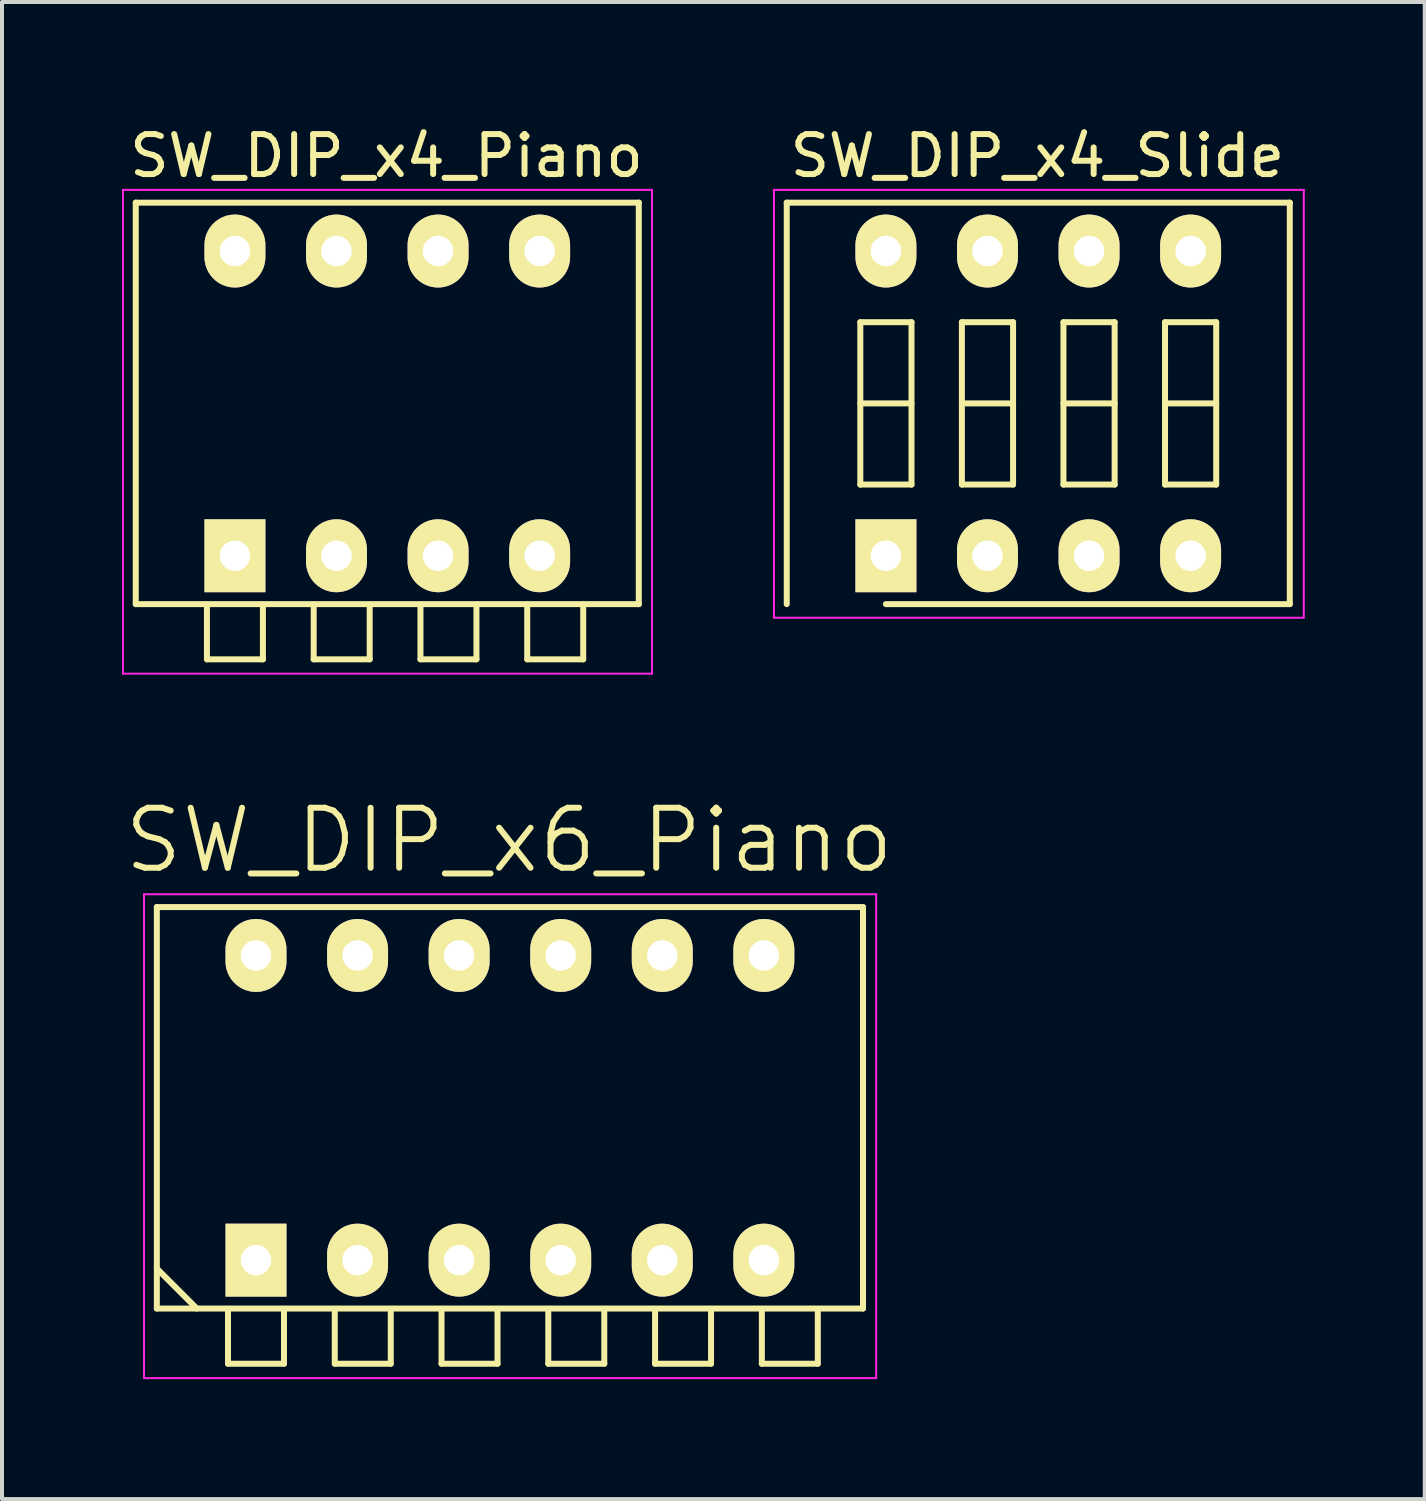
<source format=kicad_pcb>
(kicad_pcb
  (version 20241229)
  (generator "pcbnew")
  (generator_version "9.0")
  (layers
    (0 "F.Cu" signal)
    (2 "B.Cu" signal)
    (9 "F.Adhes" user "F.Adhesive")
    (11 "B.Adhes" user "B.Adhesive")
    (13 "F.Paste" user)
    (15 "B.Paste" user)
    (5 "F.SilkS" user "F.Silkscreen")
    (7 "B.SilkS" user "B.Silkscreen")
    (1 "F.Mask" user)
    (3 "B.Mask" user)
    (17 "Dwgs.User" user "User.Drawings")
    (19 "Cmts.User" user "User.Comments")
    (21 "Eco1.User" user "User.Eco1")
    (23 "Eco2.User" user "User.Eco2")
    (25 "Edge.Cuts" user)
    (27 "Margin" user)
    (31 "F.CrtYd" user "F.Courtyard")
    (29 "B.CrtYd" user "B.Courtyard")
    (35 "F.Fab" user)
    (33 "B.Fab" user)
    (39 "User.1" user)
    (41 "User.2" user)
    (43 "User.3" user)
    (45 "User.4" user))
  (footprint "SW_DIP_x6_Piano"
    (layer "F.Cu")
    (at 3.352 28.464)
    (property "Reference" "SW_DIP_x6_Piano" (at 6.33 -10.5 0) (layer "F.SilkS") (effects (font (size 1.5 1.5) (thickness 0.15))))
    (attr through_hole)
    (fp_line (start -2.48 -8.83) (end 15.18 -8.83) (stroke (width 0.15) (type solid)) (layer "F.SilkS"))
    (fp_line (start -2.48 0.21) (end -1.48 1.21) (stroke (width 0.15) (type solid)) (layer "F.SilkS"))
    (fp_line (start -2.48 1.21) (end -2.48 -8.83) (stroke (width 0.15) (type solid)) (layer "F.SilkS"))
    (fp_line (start -0.7 1.22) (end -0.7 2.59) (stroke (width 0.15) (type solid)) (layer "F.SilkS"))
    (fp_line (start -0.7 2.59) (end 0.7 2.59) (stroke (width 0.15) (type solid)) (layer "F.SilkS"))
    (fp_line (start 0.7 2.59) (end 0.7 1.22) (stroke (width 0.15) (type solid)) (layer "F.SilkS"))
    (fp_line (start 1.97 1.22) (end 1.97 2.59) (stroke (width 0.15) (type solid)) (layer "F.SilkS"))
    (fp_line (start 1.97 2.59) (end 3.37 2.59) (stroke (width 0.15) (type solid)) (layer "F.SilkS"))
    (fp_line (start 3.37 2.59) (end 3.37 1.22) (stroke (width 0.15) (type solid)) (layer "F.SilkS"))
    (fp_line (start 4.64 1.22) (end 4.64 2.59) (stroke (width 0.15) (type solid)) (layer "F.SilkS"))
    (fp_line (start 4.64 2.59) (end 6.04 2.59) (stroke (width 0.15) (type solid)) (layer "F.SilkS"))
    (fp_line (start 6.04 2.59) (end 6.04 1.22) (stroke (width 0.15) (type solid)) (layer "F.SilkS"))
    (fp_line (start 7.31 1.22) (end 7.31 2.59) (stroke (width 0.15) (type solid)) (layer "F.SilkS"))
    (fp_line (start 7.31 2.59) (end 8.71 2.59) (stroke (width 0.15) (type solid)) (layer "F.SilkS"))
    (fp_line (start 8.71 2.59) (end 8.71 1.22) (stroke (width 0.15) (type solid)) (layer "F.SilkS"))
    (fp_line (start 9.98 1.22) (end 9.98 2.59) (stroke (width 0.15) (type solid)) (layer "F.SilkS"))
    (fp_line (start 9.98 2.59) (end 11.38 2.59) (stroke (width 0.15) (type solid)) (layer "F.SilkS"))
    (fp_line (start 11.38 2.59) (end 11.38 1.22) (stroke (width 0.15) (type solid)) (layer "F.SilkS"))
    (fp_line (start 12.65 1.22) (end 12.65 2.59) (stroke (width 0.15) (type solid)) (layer "F.SilkS"))
    (fp_line (start 12.65 2.59) (end 14.05 2.59) (stroke (width 0.15) (type solid)) (layer "F.SilkS"))
    (fp_line (start 14.05 2.59) (end 14.05 1.22) (stroke (width 0.15) (type solid)) (layer "F.SilkS"))
    (fp_line (start 15.18 -8.83) (end 15.18 1.21) (stroke (width 0.15) (type solid)) (layer "F.SilkS"))
    (fp_line (start 15.18 1.21) (end -2.48 1.21) (stroke (width 0.15) (type solid)) (layer "F.SilkS"))
    (fp_line (start -2.8 -9.15) (end -2.8 2.95) (stroke (width 0.05) (type solid)) (layer "F.CrtYd"))
    (fp_line (start -2.8 2.95) (end 15.51 2.95) (stroke (width 0.05) (type solid)) (layer "F.CrtYd"))
    (fp_line (start 15.51 -9.15) (end -2.8 -9.15) (stroke (width 0.05) (type solid)) (layer "F.CrtYd"))
    (fp_line (start 15.51 2.95) (end 15.51 -9.15) (stroke (width 0.05) (type solid)) (layer "F.CrtYd"))
    (pad "1" thru_hole rect (at 0 0) (size 1.524 1.824) (drill 0.762) (layers "*.Cu" "*.Mask" "F.SilkS"))
    (pad "2" thru_hole oval (at 2.54 0) (size 1.524 1.824) (drill 0.762) (layers "*.Cu" "*.Mask" "F.SilkS"))
    (pad "3" thru_hole oval (at 5.08 0) (size 1.524 1.824) (drill 0.762) (layers "*.Cu" "*.Mask" "F.SilkS"))
    (pad "4" thru_hole oval (at 7.62 0) (size 1.524 1.824) (drill 0.762) (layers "*.Cu" "*.Mask" "F.SilkS"))
    (pad "5" thru_hole oval (at 10.16 0) (size 1.524 1.824) (drill 0.762) (layers "*.Cu" "*.Mask" "F.SilkS"))
    (pad "6" thru_hole oval (at 12.7 0) (size 1.524 1.824) (drill 0.762) (layers "*.Cu" "*.Mask" "F.SilkS"))
    (pad "7" thru_hole oval (at 12.7 -7.62) (size 1.524 1.824) (drill 0.762) (layers "*.Cu" "*.Mask" "F.SilkS"))
    (pad "8" thru_hole oval (at 10.16 -7.62) (size 1.524 1.824) (drill 0.762) (layers "*.Cu" "*.Mask" "F.SilkS"))
    (pad "9" thru_hole oval (at 7.62 -7.62) (size 1.524 1.824) (drill 0.762) (layers "*.Cu" "*.Mask" "F.SilkS"))
    (pad "10" thru_hole oval (at 5.08 -7.62) (size 1.524 1.824) (drill 0.762) (layers "*.Cu" "*.Mask" "F.SilkS"))
    (pad "11" thru_hole oval (at 2.54 -7.62) (size 1.524 1.824) (drill 0.762) (layers "*.Cu" "*.Mask" "F.SilkS"))
    (pad "12" thru_hole oval (at 0 -7.62) (size 1.524 1.824) (drill 0.762) (layers "*.Cu" "*.Mask" "F.SilkS")))
  (footprint "SW_DIP_x4_Slide"
    (layer "F.Cu")
    (at 19.105 10.848)
    (property "Reference" "SW_DIP_x4_Slide" (at 3.79 -10 0) (layer "F.SilkS") (effects (font (size 1 1) (thickness 0.15))))
    (attr through_hole)
    (fp_line (start -2.48 -8.83) (end 10.1 -8.83) (stroke (width 0.15) (type solid)) (layer "F.SilkS"))
    (fp_line (start -2.48 1.21) (end -2.48 -8.83) (stroke (width 0.15) (type solid)) (layer "F.SilkS"))
    (fp_line (start -0.64 -5.84) (end -0.64 -1.78) (stroke (width 0.15) (type solid)) (layer "F.SilkS"))
    (fp_line (start -0.64 -3.81) (end 0.64 -3.81) (stroke (width 0.15) (type solid)) (layer "F.SilkS"))
    (fp_line (start -0.64 -1.78) (end 0.64 -1.78) (stroke (width 0.15) (type solid)) (layer "F.SilkS"))
    (fp_line (start 0.64 -5.84) (end -0.64 -5.84) (stroke (width 0.15) (type solid)) (layer "F.SilkS"))
    (fp_line (start 0.64 -1.78) (end 0.64 -5.84) (stroke (width 0.15) (type solid)) (layer "F.SilkS"))
    (fp_line (start 1.9 -5.84) (end 1.9 -1.78) (stroke (width 0.15) (type solid)) (layer "F.SilkS"))
    (fp_line (start 1.9 -3.81) (end 3.18 -3.81) (stroke (width 0.15) (type solid)) (layer "F.SilkS"))
    (fp_line (start 1.9 -1.78) (end 3.18 -1.78) (stroke (width 0.15) (type solid)) (layer "F.SilkS"))
    (fp_line (start 3.18 -5.84) (end 1.9 -5.84) (stroke (width 0.15) (type solid)) (layer "F.SilkS"))
    (fp_line (start 3.18 -1.78) (end 3.18 -5.84) (stroke (width 0.15) (type solid)) (layer "F.SilkS"))
    (fp_line (start 4.44 -5.84) (end 4.44 -1.78) (stroke (width 0.15) (type solid)) (layer "F.SilkS"))
    (fp_line (start 4.44 -3.81) (end 5.72 -3.81) (stroke (width 0.15) (type solid)) (layer "F.SilkS"))
    (fp_line (start 4.44 -1.78) (end 5.72 -1.78) (stroke (width 0.15) (type solid)) (layer "F.SilkS"))
    (fp_line (start 5.72 -5.84) (end 4.44 -5.84) (stroke (width 0.15) (type solid)) (layer "F.SilkS"))
    (fp_line (start 5.72 -1.78) (end 5.72 -5.84) (stroke (width 0.15) (type solid)) (layer "F.SilkS"))
    (fp_line (start 6.98 -5.84) (end 6.98 -1.78) (stroke (width 0.15) (type solid)) (layer "F.SilkS"))
    (fp_line (start 6.98 -3.81) (end 8.26 -3.81) (stroke (width 0.15) (type solid)) (layer "F.SilkS"))
    (fp_line (start 6.98 -1.78) (end 8.26 -1.78) (stroke (width 0.15) (type solid)) (layer "F.SilkS"))
    (fp_line (start 8.26 -5.84) (end 6.98 -5.84) (stroke (width 0.15) (type solid)) (layer "F.SilkS"))
    (fp_line (start 8.26 -1.78) (end 8.26 -5.84) (stroke (width 0.15) (type solid)) (layer "F.SilkS"))
    (fp_line (start 10.1 -8.83) (end 10.1 1.21) (stroke (width 0.15) (type solid)) (layer "F.SilkS"))
    (fp_line (start 10.1 1.21) (end 0 1.21) (stroke (width 0.15) (type solid)) (layer "F.SilkS"))
    (fp_line (start -2.8 -9.15) (end -2.8 1.55) (stroke (width 0.05) (type solid)) (layer "F.CrtYd"))
    (fp_line (start -2.8 1.55) (end 10.45 1.55) (stroke (width 0.05) (type solid)) (layer "F.CrtYd"))
    (fp_line (start 10.45 -9.15) (end -2.8 -9.15) (stroke (width 0.05) (type solid)) (layer "F.CrtYd"))
    (fp_line (start 10.45 1.55) (end 10.45 -9.15) (stroke (width 0.05) (type solid)) (layer "F.CrtYd"))
    (pad "1" thru_hole rect (at 0 0) (size 1.524 1.824) (drill 0.762) (layers "*.Cu" "*.Mask" "F.SilkS"))
    (pad "2" thru_hole oval (at 2.54 0) (size 1.524 1.824) (drill 0.762) (layers "*.Cu" "*.Mask" "F.SilkS"))
    (pad "3" thru_hole oval (at 5.08 0) (size 1.524 1.824) (drill 0.762) (layers "*.Cu" "*.Mask" "F.SilkS"))
    (pad "4" thru_hole oval (at 7.62 0) (size 1.524 1.824) (drill 0.762) (layers "*.Cu" "*.Mask" "F.SilkS"))
    (pad "5" thru_hole oval (at 7.62 -7.62) (size 1.524 1.824) (drill 0.762) (layers "*.Cu" "*.Mask" "F.SilkS"))
    (pad "6" thru_hole oval (at 5.08 -7.62) (size 1.524 1.824) (drill 0.762) (layers "*.Cu" "*.Mask" "F.SilkS"))
    (pad "7" thru_hole oval (at 2.54 -7.62) (size 1.524 1.824) (drill 0.762) (layers "*.Cu" "*.Mask" "F.SilkS"))
    (pad "8" thru_hole oval (at 0 -7.62) (size 1.524 1.824) (drill 0.762) (layers "*.Cu" "*.Mask" "F.SilkS")))
  (footprint "SW_DIP_x4_Piano"
    (layer "F.Cu")
    (at 2.825 10.848)
    (property "Reference" "SW_DIP_x4_Piano" (at 3.79 -10 0) (layer "F.SilkS") (effects (font (size 1 1) (thickness 0.15))))
    (attr through_hole)
    (fp_line (start -2.48 -8.83) (end 10.1 -8.83) (stroke (width 0.15) (type solid)) (layer "F.SilkS"))
    (fp_line (start -2.48 1.21) (end -2.48 -8.83) (stroke (width 0.15) (type solid)) (layer "F.SilkS"))
    (fp_line (start -0.7 1.22) (end -0.7 2.59) (stroke (width 0.15) (type solid)) (layer "F.SilkS"))
    (fp_line (start -0.7 2.59) (end 0.7 2.59) (stroke (width 0.15) (type solid)) (layer "F.SilkS"))
    (fp_line (start 0.7 2.59) (end 0.7 1.22) (stroke (width 0.15) (type solid)) (layer "F.SilkS"))
    (fp_line (start 1.97 1.22) (end 1.97 2.59) (stroke (width 0.15) (type solid)) (layer "F.SilkS"))
    (fp_line (start 1.97 2.59) (end 3.37 2.59) (stroke (width 0.15) (type solid)) (layer "F.SilkS"))
    (fp_line (start 3.37 2.59) (end 3.37 1.22) (stroke (width 0.15) (type solid)) (layer "F.SilkS"))
    (fp_line (start 4.64 1.22) (end 4.64 2.59) (stroke (width 0.15) (type solid)) (layer "F.SilkS"))
    (fp_line (start 4.64 2.59) (end 6.04 2.59) (stroke (width 0.15) (type solid)) (layer "F.SilkS"))
    (fp_line (start 6.04 2.59) (end 6.04 1.22) (stroke (width 0.15) (type solid)) (layer "F.SilkS"))
    (fp_line (start 7.31 1.22) (end 7.31 2.59) (stroke (width 0.15) (type solid)) (layer "F.SilkS"))
    (fp_line (start 7.31 2.59) (end 8.71 2.59) (stroke (width 0.15) (type solid)) (layer "F.SilkS"))
    (fp_line (start 8.71 2.59) (end 8.71 1.22) (stroke (width 0.15) (type solid)) (layer "F.SilkS"))
    (fp_line (start 10.1 -8.83) (end 10.1 1.21) (stroke (width 0.15) (type solid)) (layer "F.SilkS"))
    (fp_line (start 10.1 1.21) (end -2.48 1.21) (stroke (width 0.15) (type solid)) (layer "F.SilkS"))
    (fp_line (start -2.8 -9.15) (end -2.8 2.95) (stroke (width 0.05) (type solid)) (layer "F.CrtYd"))
    (fp_line (start -2.8 2.95) (end 10.43 2.95) (stroke (width 0.05) (type solid)) (layer "F.CrtYd"))
    (fp_line (start 10.43 -9.15) (end -2.8 -9.15) (stroke (width 0.05) (type solid)) (layer "F.CrtYd"))
    (fp_line (start 10.43 2.95) (end 10.43 -9.15) (stroke (width 0.05) (type solid)) (layer "F.CrtYd"))
    (pad "1" thru_hole rect (at 0 0) (size 1.524 1.824) (drill 0.762) (layers "*.Cu" "*.Mask" "F.SilkS"))
    (pad "2" thru_hole oval (at 2.54 0) (size 1.524 1.824) (drill 0.762) (layers "*.Cu" "*.Mask" "F.SilkS"))
    (pad "3" thru_hole oval (at 5.08 0) (size 1.524 1.824) (drill 0.762) (layers "*.Cu" "*.Mask" "F.SilkS"))
    (pad "4" thru_hole oval (at 7.62 0) (size 1.524 1.824) (drill 0.762) (layers "*.Cu" "*.Mask" "F.SilkS"))
    (pad "5" thru_hole oval (at 7.62 -7.62) (size 1.524 1.824) (drill 0.762) (layers "*.Cu" "*.Mask" "F.SilkS"))
    (pad "6" thru_hole oval (at 5.08 -7.62) (size 1.524 1.824) (drill 0.762) (layers "*.Cu" "*.Mask" "F.SilkS"))
    (pad "7" thru_hole oval (at 2.54 -7.62) (size 1.524 1.824) (drill 0.762) (layers "*.Cu" "*.Mask" "F.SilkS"))
    (pad "8" thru_hole oval (at 0 -7.62) (size 1.524 1.824) (drill 0.762) (layers "*.Cu" "*.Mask" "F.SilkS")))
  (gr_rect
    (start -3 -3)
    (end 32.58 34.439)
    (stroke (width 0.1) (type default))
    (fill no)
    (layer "Edge.Cuts")))
</source>
